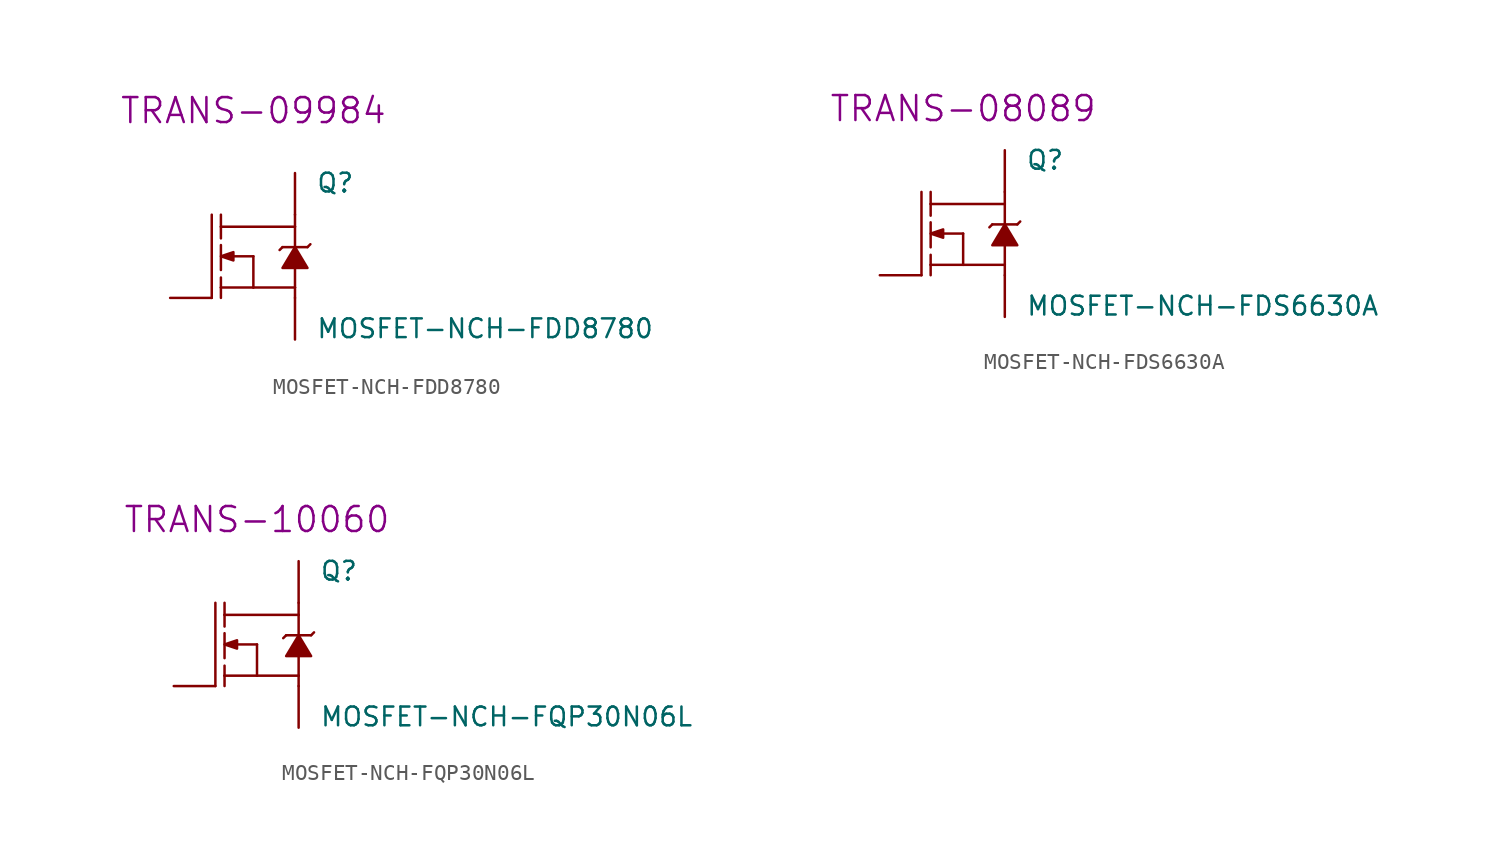
<source format=kicad_sym>
(kicad_symbol_lib
  (version 20220914)
  (generator kicad_symbol_editor)
  (symbol "MOSFET-NCH-FDD8780"
    (pin_numbers hide)
    (pin_names
      (offset 1.016) hide)
    (property "Reference" "Q"
      (at 3.81 3.81 0)
      (effects (font (size 1.143 1.143)) (justify left bottom)))
    (property "Value" "MOSFET-NCH-FDD8780"
      (at 3.81 -5.08 0)
      (effects (font (size 1.143 1.143)) (justify left bottom)))
    (property "Field4" "TRANS-09984"
      (at 0 8.89 0)
      (effects (font (size 1.524 1.524))))
    (property "ki_locked" ""
      (at 0 0 0)
      (effects (font (size 1.27 1.27))))
    (symbol "MOSFET-NCH-FDD8780_1_0"
      (polyline (pts (xy -2.54 -2.54) (xy -2.54 2.54)) (stroke (width 0) (type solid)) (fill (type none)))
      (polyline (pts (xy -1.981 -1.905) (xy -1.981 -2.54)) (stroke (width 0) (type solid)) (fill (type none)))
      (polyline (pts (xy -1.981 -1.905) (xy 0 -1.905)) (stroke (width 0) (type solid)) (fill (type none)))
      (polyline (pts (xy -1.981 -1.295) (xy -1.981 -1.905)) (stroke (width 0) (type solid)) (fill (type none)))
      (polyline (pts (xy -1.981 0.686) (xy -1.981 -0.838)) (stroke (width 0) (type solid)) (fill (type none)))
      (polyline (pts (xy -1.981 1.803) (xy -1.981 1.092)) (stroke (width 0) (type solid)) (fill (type none)))
      (polyline (pts (xy -1.981 1.803) (xy 2.54 1.803)) (stroke (width 0) (type solid)) (fill (type none)))
      (polyline (pts (xy -1.981 2.54) (xy -1.981 1.803)) (stroke (width 0) (type solid)) (fill (type none)))
      (polyline (pts (xy 0 -1.905) (xy 0 0)) (stroke (width 0) (type solid)) (fill (type none)))
      (polyline (pts (xy 0 0) (xy -1.219 0)) (stroke (width 0) (type solid)) (fill (type none)))
      (polyline (pts (xy 1.6 0.381) (xy 1.778 0.559)) (stroke (width 0) (type solid)) (fill (type none)))
      (polyline (pts (xy 2.54 -2.54) (xy 2.54 -1.905)) (stroke (width 0) (type solid)) (fill (type none)))
      (polyline (pts (xy 2.54 -1.905) (xy 0 -1.905)) (stroke (width 0) (type solid)) (fill (type none)))
      (polyline (pts (xy 2.54 -0.711) (xy 2.54 -1.905)) (stroke (width 0) (type solid)) (fill (type none)))
      (polyline (pts (xy 2.54 0.559) (xy 1.778 0.559)) (stroke (width 0) (type solid)) (fill (type none)))
      (polyline (pts (xy 2.54 0.559) (xy 3.302 0.559)) (stroke (width 0) (type solid)) (fill (type none)))
      (polyline (pts (xy 2.54 1.803) (xy 2.54 0.559)) (stroke (width 0) (type solid)) (fill (type none)))
      (polyline (pts (xy 2.54 2.54) (xy 2.54 1.803)) (stroke (width 0) (type solid)) (fill (type none)))
      (polyline (pts (xy 3.302 0.559) (xy 3.48 0.737)) (stroke (width 0) (type solid)) (fill (type none))))
    (symbol "MOSFET-NCH-FDD8780_1_1"
      (polyline (pts (xy -1.981 0) (xy -1.219 0.254) (xy -1.219 0.254) (xy -1.219 -0.254) (xy -1.219 -0.254) (xy -1.981 0)) (stroke (width 0) (type solid)) (fill (type outline)))
      (polyline (pts (xy 1.778 -0.711) (xy 2.54 0.559) (xy 2.54 0.559) (xy 3.302 -0.711) (xy 3.302 -0.711) (xy 1.778 -0.711)) (stroke (width 0) (type solid)) (fill (type outline)))
      (pin bidirectional line (at -5.08 -2.54 0) (length 2.54) (name "G" (effects (font (size 1.016 1.016)))) (number "1" (effects (font (size 1.016 1.016)))))
      (pin bidirectional line (at 2.54 -5.08 90) (length 2.54) (name "S" (effects (font (size 1.016 1.016)))) (number "3" (effects (font (size 1.016 1.016)))))
      (pin bidirectional line (at 2.54 5.08 270) (length 2.54) (name "D" (effects (font (size 1.016 1.016)))) (number "4" (effects (font (size 1.016 1.016)))))))
  (symbol "MOSFET-NCH-FDS6630A"
    (pin_numbers hide)
    (pin_names
      (offset 1.016) hide)
    (property "Reference" "Q"
      (at 3.81 3.81 0)
      (effects (font (size 1.143 1.143)) (justify left bottom)))
    (property "Value" "MOSFET-NCH-FDS6630A"
      (at 3.81 -5.08 0)
      (effects (font (size 1.143 1.143)) (justify left bottom)))
    (property "Field4" "TRANS-08089"
      (at 0 7.62 0)
      (effects (font (size 1.524 1.524))))
    (property "ki_locked" ""
      (at 0 0 0)
      (effects (font (size 1.27 1.27))))
    (symbol "MOSFET-NCH-FDS6630A_1_0"
      (polyline (pts (xy -2.54 -2.54) (xy -2.54 2.54)) (stroke (width 0) (type solid)) (fill (type none)))
      (polyline (pts (xy -1.981 -1.905) (xy -1.981 -2.54)) (stroke (width 0) (type solid)) (fill (type none)))
      (polyline (pts (xy -1.981 -1.905) (xy 0 -1.905)) (stroke (width 0) (type solid)) (fill (type none)))
      (polyline (pts (xy -1.981 -1.295) (xy -1.981 -1.905)) (stroke (width 0) (type solid)) (fill (type none)))
      (polyline (pts (xy -1.981 0.686) (xy -1.981 -0.838)) (stroke (width 0) (type solid)) (fill (type none)))
      (polyline (pts (xy -1.981 1.803) (xy -1.981 1.092)) (stroke (width 0) (type solid)) (fill (type none)))
      (polyline (pts (xy -1.981 1.803) (xy 2.54 1.803)) (stroke (width 0) (type solid)) (fill (type none)))
      (polyline (pts (xy -1.981 2.54) (xy -1.981 1.803)) (stroke (width 0) (type solid)) (fill (type none)))
      (polyline (pts (xy 0 -1.905) (xy 0 0)) (stroke (width 0) (type solid)) (fill (type none)))
      (polyline (pts (xy 0 0) (xy -1.219 0)) (stroke (width 0) (type solid)) (fill (type none)))
      (polyline (pts (xy 1.6 0.381) (xy 1.778 0.559)) (stroke (width 0) (type solid)) (fill (type none)))
      (polyline (pts (xy 2.54 -2.54) (xy 2.54 -1.905)) (stroke (width 0) (type solid)) (fill (type none)))
      (polyline (pts (xy 2.54 -1.905) (xy 0 -1.905)) (stroke (width 0) (type solid)) (fill (type none)))
      (polyline (pts (xy 2.54 -0.711) (xy 2.54 -1.905)) (stroke (width 0) (type solid)) (fill (type none)))
      (polyline (pts (xy 2.54 0.559) (xy 1.778 0.559)) (stroke (width 0) (type solid)) (fill (type none)))
      (polyline (pts (xy 2.54 0.559) (xy 3.302 0.559)) (stroke (width 0) (type solid)) (fill (type none)))
      (polyline (pts (xy 2.54 1.803) (xy 2.54 0.559)) (stroke (width 0) (type solid)) (fill (type none)))
      (polyline (pts (xy 2.54 2.54) (xy 2.54 1.803)) (stroke (width 0) (type solid)) (fill (type none)))
      (polyline (pts (xy 3.302 0.559) (xy 3.48 0.737)) (stroke (width 0) (type solid)) (fill (type none))))
    (symbol "MOSFET-NCH-FDS6630A_1_1"
      (polyline (pts (xy -1.981 0) (xy -1.219 0.254) (xy -1.219 0.254) (xy -1.219 -0.254) (xy -1.219 -0.254) (xy -1.981 0)) (stroke (width 0) (type solid)) (fill (type outline)))
      (polyline (pts (xy 1.778 -0.711) (xy 2.54 0.559) (xy 2.54 0.559) (xy 3.302 -0.711) (xy 3.302 -0.711) (xy 1.778 -0.711)) (stroke (width 0) (type solid)) (fill (type outline)))
      (pin bidirectional line (at 2.54 -5.08 90) (length 2.54) (name "S" (effects (font (size 1.016 1.016)))) (number "1" (effects (font (size 1.016 1.016)))))
      (pin bidirectional line (at 2.54 -5.08 90) (length 2.54) hide (name "S" (effects (font (size 1.016 1.016)))) (number "2" (effects (font (size 1.016 1.016)))))
      (pin bidirectional line (at 2.54 -5.08 90) (length 2.54) hide (name "S" (effects (font (size 1.016 1.016)))) (number "3" (effects (font (size 1.016 1.016)))))
      (pin bidirectional line (at -5.08 -2.54 0) (length 2.54) (name "G" (effects (font (size 1.016 1.016)))) (number "4" (effects (font (size 1.016 1.016)))))
      (pin bidirectional line (at 2.54 5.08 270) (length 2.54) (name "D" (effects (font (size 1.016 1.016)))) (number "5" (effects (font (size 1.016 1.016)))))
      (pin bidirectional line (at 2.54 5.08 270) (length 2.54) hide (name "D" (effects (font (size 1.016 1.016)))) (number "6" (effects (font (size 1.016 1.016)))))
      (pin bidirectional line (at 2.54 5.08 270) (length 2.54) hide (name "D" (effects (font (size 1.016 1.016)))) (number "7" (effects (font (size 1.016 1.016)))))
      (pin bidirectional line (at 2.54 5.08 270) (length 2.54) hide (name "D" (effects (font (size 1.016 1.016)))) (number "8" (effects (font (size 1.016 1.016)))))))
  (symbol "MOSFET-NCH-FQP30N06L"
    (pin_numbers hide)
    (pin_names
      (offset 1.016) hide)
    (property "Reference" "Q"
      (at 3.81 3.81 0)
      (effects (font (size 1.143 1.143)) (justify left bottom)))
    (property "Value" "MOSFET-NCH-FQP30N06L"
      (at 3.81 -5.08 0)
      (effects (font (size 1.143 1.143)) (justify left bottom)))
    (property "Field4" "TRANS-10060"
      (at 0 7.62 0)
      (effects (font (size 1.524 1.524))))
    (property "ki_locked" ""
      (at 0 0 0)
      (effects (font (size 1.27 1.27))))
    (symbol "MOSFET-NCH-FQP30N06L_1_0"
      (polyline (pts (xy -2.54 -2.54) (xy -2.54 2.54)) (stroke (width 0) (type solid)) (fill (type none)))
      (polyline (pts (xy -1.981 -1.905) (xy -1.981 -2.54)) (stroke (width 0) (type solid)) (fill (type none)))
      (polyline (pts (xy -1.981 -1.905) (xy 0 -1.905)) (stroke (width 0) (type solid)) (fill (type none)))
      (polyline (pts (xy -1.981 -1.295) (xy -1.981 -1.905)) (stroke (width 0) (type solid)) (fill (type none)))
      (polyline (pts (xy -1.981 0.686) (xy -1.981 -0.838)) (stroke (width 0) (type solid)) (fill (type none)))
      (polyline (pts (xy -1.981 1.803) (xy -1.981 1.092)) (stroke (width 0) (type solid)) (fill (type none)))
      (polyline (pts (xy -1.981 1.803) (xy 2.54 1.803)) (stroke (width 0) (type solid)) (fill (type none)))
      (polyline (pts (xy -1.981 2.54) (xy -1.981 1.803)) (stroke (width 0) (type solid)) (fill (type none)))
      (polyline (pts (xy 0 -1.905) (xy 0 0)) (stroke (width 0) (type solid)) (fill (type none)))
      (polyline (pts (xy 0 0) (xy -1.219 0)) (stroke (width 0) (type solid)) (fill (type none)))
      (polyline (pts (xy 1.6 0.381) (xy 1.778 0.559)) (stroke (width 0) (type solid)) (fill (type none)))
      (polyline (pts (xy 2.54 -2.54) (xy 2.54 -1.905)) (stroke (width 0) (type solid)) (fill (type none)))
      (polyline (pts (xy 2.54 -1.905) (xy 0 -1.905)) (stroke (width 0) (type solid)) (fill (type none)))
      (polyline (pts (xy 2.54 -0.711) (xy 2.54 -1.905)) (stroke (width 0) (type solid)) (fill (type none)))
      (polyline (pts (xy 2.54 0.559) (xy 1.778 0.559)) (stroke (width 0) (type solid)) (fill (type none)))
      (polyline (pts (xy 2.54 0.559) (xy 3.302 0.559)) (stroke (width 0) (type solid)) (fill (type none)))
      (polyline (pts (xy 2.54 1.803) (xy 2.54 0.559)) (stroke (width 0) (type solid)) (fill (type none)))
      (polyline (pts (xy 2.54 2.54) (xy 2.54 1.803)) (stroke (width 0) (type solid)) (fill (type none)))
      (polyline (pts (xy 3.302 0.559) (xy 3.48 0.737)) (stroke (width 0) (type solid)) (fill (type none))))
    (symbol "MOSFET-NCH-FQP30N06L_1_1"
      (polyline (pts (xy -1.981 0) (xy -1.219 0.254) (xy -1.219 0.254) (xy -1.219 -0.254) (xy -1.219 -0.254) (xy -1.981 0)) (stroke (width 0) (type solid)) (fill (type outline)))
      (polyline (pts (xy 1.778 -0.711) (xy 2.54 0.559) (xy 2.54 0.559) (xy 3.302 -0.711) (xy 3.302 -0.711) (xy 1.778 -0.711)) (stroke (width 0) (type solid)) (fill (type outline)))
      (pin bidirectional line (at -5.08 -2.54 0) (length 2.54) (name "G" (effects (font (size 1.016 1.016)))) (number "1" (effects (font (size 1.016 1.016)))))
      (pin bidirectional line (at 2.54 5.08 270) (length 2.54) (name "D" (effects (font (size 1.016 1.016)))) (number "2" (effects (font (size 1.016 1.016)))))
      (pin bidirectional line (at 2.54 -5.08 90) (length 2.54) (name "S" (effects (font (size 1.016 1.016)))) (number "3" (effects (font (size 1.016 1.016))))))))
</source>
